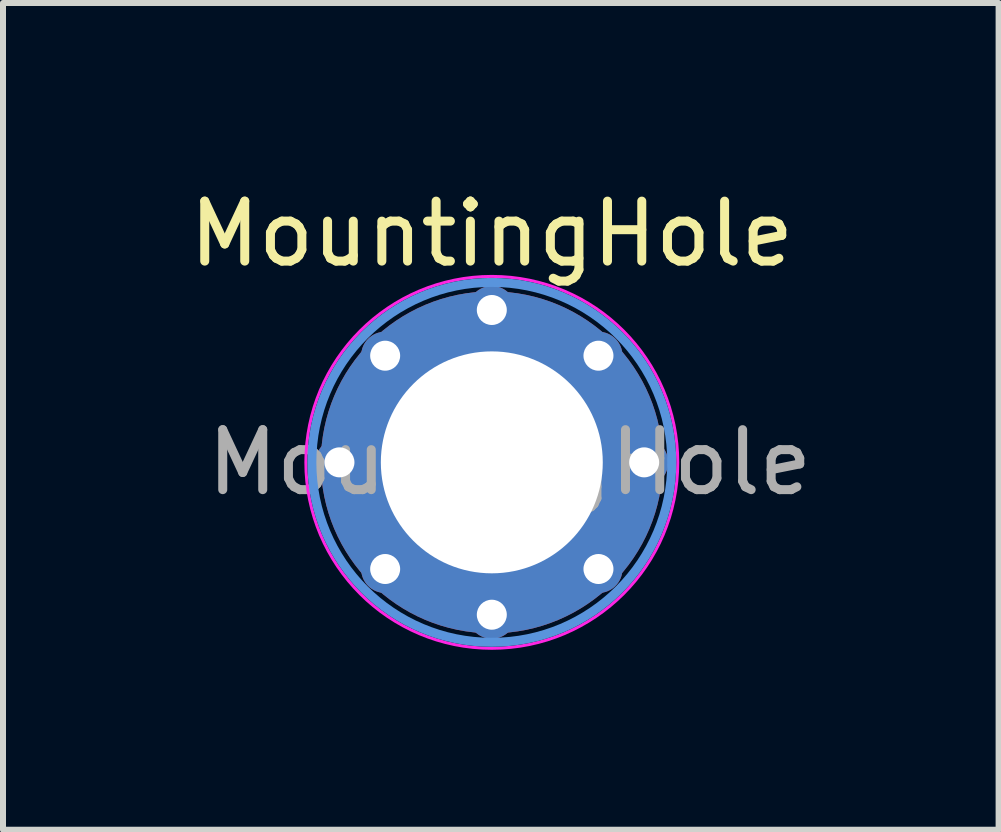
<source format=kicad_pcb>
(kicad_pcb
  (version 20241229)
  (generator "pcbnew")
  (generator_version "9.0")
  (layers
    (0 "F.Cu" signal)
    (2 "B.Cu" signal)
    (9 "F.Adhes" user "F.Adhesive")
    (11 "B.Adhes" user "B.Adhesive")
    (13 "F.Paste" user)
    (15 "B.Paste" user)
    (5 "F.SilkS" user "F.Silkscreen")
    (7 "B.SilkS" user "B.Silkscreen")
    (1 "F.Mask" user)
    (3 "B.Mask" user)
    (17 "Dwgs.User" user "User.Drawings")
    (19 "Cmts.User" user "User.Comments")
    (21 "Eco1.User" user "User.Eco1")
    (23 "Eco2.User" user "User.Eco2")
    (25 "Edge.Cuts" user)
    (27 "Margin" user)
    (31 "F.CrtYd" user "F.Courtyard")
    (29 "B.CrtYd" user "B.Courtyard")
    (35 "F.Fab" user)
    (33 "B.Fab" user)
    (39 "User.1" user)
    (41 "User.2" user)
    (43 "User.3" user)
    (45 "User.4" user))
  (footprint "MountingHole"
    (layer "F.Cu")
    (at 5.149 4.658)
    (property "Reference" "MountingHole" (at 0 -3.81 0) (layer "F.SilkS") (effects (font (size 1 1) (thickness 0.15))))
    (attr exclude_from_pos_files exclude_from_bom)
    (fp_circle (center 0 0) (end 3 0) (stroke (width 0.15) (type solid)) (fill no) (layer "Cmts.User"))
    (fp_circle (center 0 0) (end 3.1 0) (stroke (width 0.05) (type solid)) (fill no) (layer "F.CrtYd"))
    (fp_text user "${REFERENCE}" (at 0.3 0 0) (layer "F.Fab") (effects (font (size 1 1) (thickness 0.15))))
    (pad "1" thru_hole circle (at -2.54 0) (size 0.8 0.8) (drill 0.5) (layers "*.Cu" "*.Mask"))
    (pad "1" thru_hole circle (at -1.778 -1.778) (size 0.8 0.8) (drill 0.5) (layers "*.Cu" "*.Mask"))
    (pad "1" thru_hole circle (at -1.778 1.778) (size 0.8 0.8) (drill 0.5) (layers "*.Cu" "*.Mask"))
    (pad "1" thru_hole circle (at 0 -2.54) (size 0.8 0.8) (drill 0.5) (layers "*.Cu" "*.Mask"))
    (pad "1" thru_hole circle (at 0 0) (size 5.7 5.7) (drill 3.7) (layers "*.Cu" "*.Mask"))
    (pad "1" thru_hole circle (at 0 2.54) (size 0.8 0.8) (drill 0.5) (layers "*.Cu" "*.Mask"))
    (pad "1" thru_hole circle (at 1.778 -1.778) (size 0.8 0.8) (drill 0.5) (layers "*.Cu" "*.Mask"))
    (pad "1" thru_hole circle (at 1.778 1.778) (size 0.8 0.8) (drill 0.5) (layers "*.Cu" "*.Mask"))
    (pad "1" thru_hole circle (at 2.54 0) (size 0.8 0.8) (drill 0.5) (layers "*.Cu" "*.Mask")))
  (gr_rect
    (start -3 -3)
    (end 13.598 10.783)
    (stroke (width 0.1) (type default))
    (fill no)
    (layer "Edge.Cuts")))
</source>
